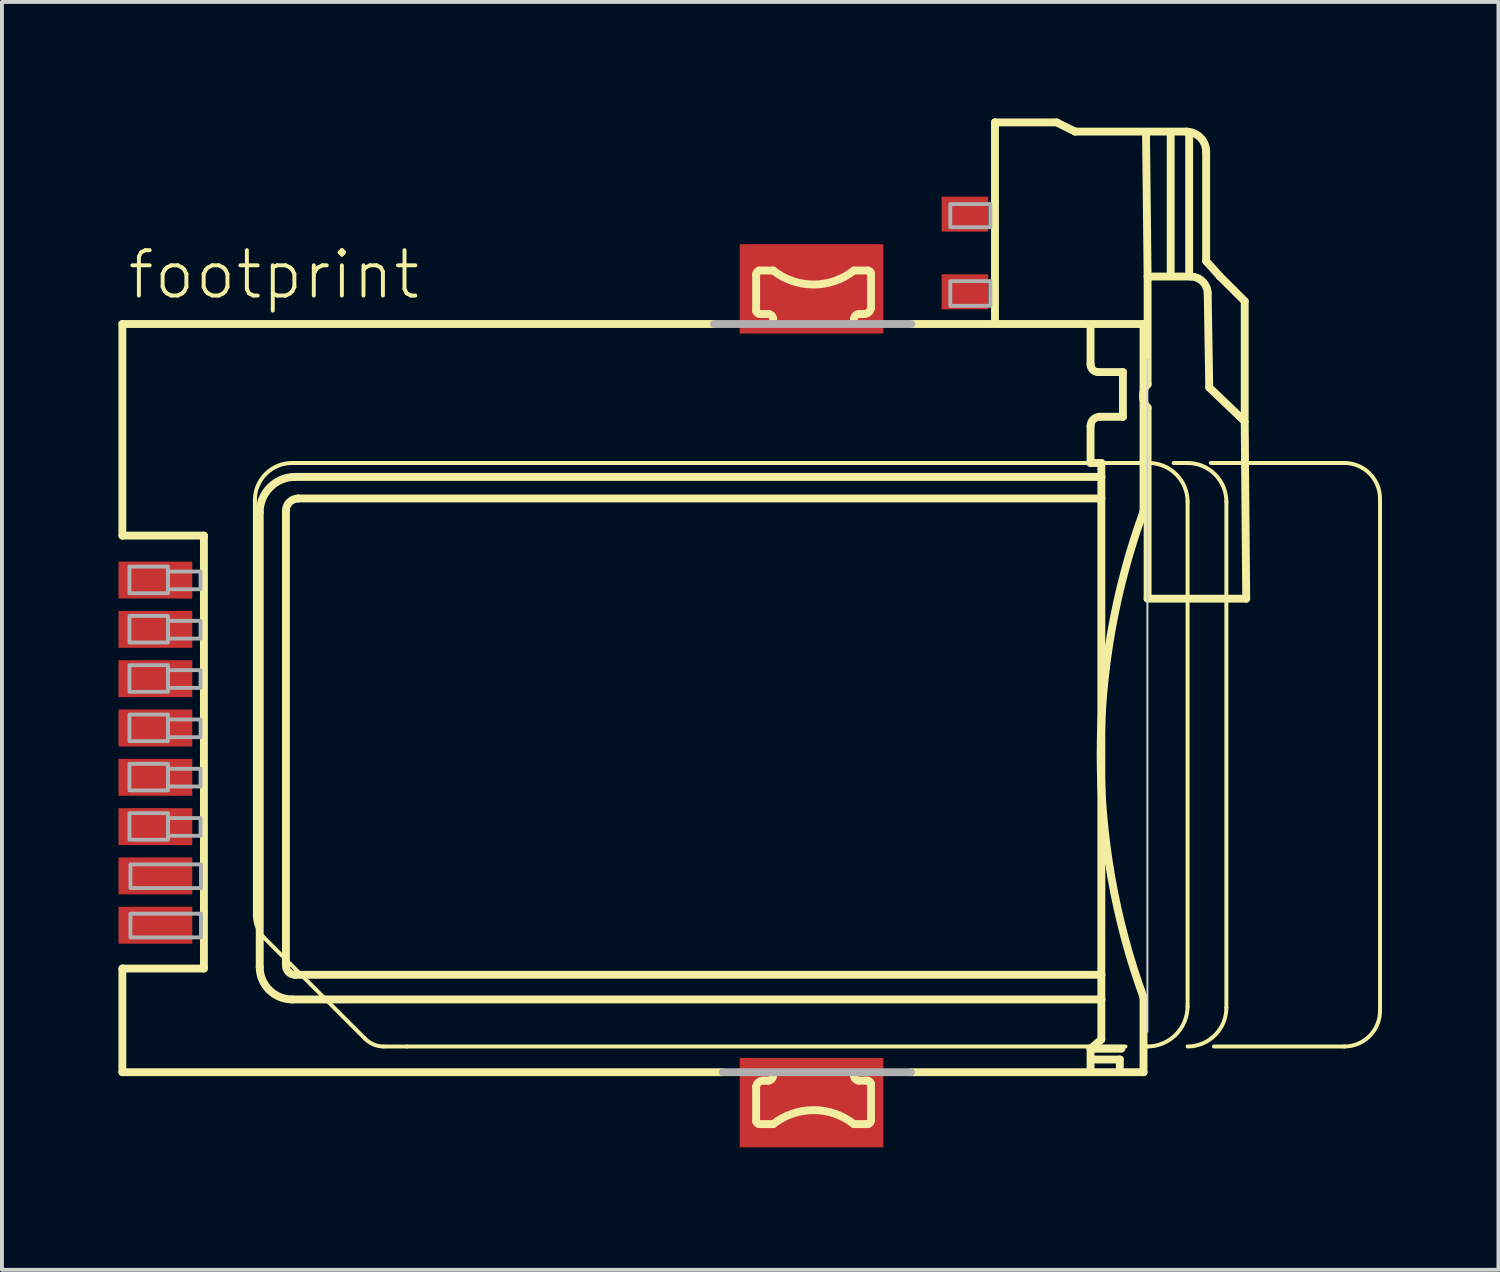
<source format=kicad_pcb>
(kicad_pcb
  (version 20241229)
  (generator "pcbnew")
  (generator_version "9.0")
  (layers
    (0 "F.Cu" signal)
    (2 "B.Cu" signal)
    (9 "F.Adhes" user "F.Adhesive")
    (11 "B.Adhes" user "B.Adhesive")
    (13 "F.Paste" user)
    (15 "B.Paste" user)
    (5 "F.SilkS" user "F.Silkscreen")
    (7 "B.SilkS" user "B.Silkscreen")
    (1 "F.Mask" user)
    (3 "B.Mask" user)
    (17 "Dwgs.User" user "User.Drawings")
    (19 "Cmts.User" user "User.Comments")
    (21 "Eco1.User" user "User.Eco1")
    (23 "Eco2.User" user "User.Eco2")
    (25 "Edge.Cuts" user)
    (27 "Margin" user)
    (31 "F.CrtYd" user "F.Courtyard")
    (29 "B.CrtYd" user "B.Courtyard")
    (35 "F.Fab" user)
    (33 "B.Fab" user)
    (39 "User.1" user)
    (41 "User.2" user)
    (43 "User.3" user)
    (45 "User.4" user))
  (footprint "footprint"
    (layer "F.Cu")
    (at 17.852 14.87)
    (property "Reference" "footprint" (at -17.67 -10.16 0) (layer "F.SilkS") (effects (font (size 1.168 1.168) (thickness 0.102)) (justify left bottom)))
    (fp_poly (pts (xy -1.85 -9.33) (xy 1.85 -9.33) (xy 1.85 -11.63) (xy -1.85 -11.63)) (stroke (width 0) (type solid)) (fill yes) (layer "F.Cu"))
    (fp_poly (pts (xy 1.85 9.33) (xy -1.85 9.33) (xy -1.85 11.63) (xy 1.85 11.63)) (stroke (width 0) (type solid)) (fill yes) (layer "F.Cu"))
    (fp_poly (pts (xy -1.975 -9.175) (xy 1.975 -9.175) (xy 1.975 -11.75) (xy -1.975 -11.75)) (stroke (width 0) (type solid)) (fill yes) (layer "F.Mask"))
    (fp_poly (pts (xy -1.975 11.785) (xy 1.975 11.785) (xy 1.975 9.21) (xy -1.975 9.21)) (stroke (width 0) (type solid)) (fill yes) (layer "F.Mask"))
    (fp_line (start -17.75 -9.575) (end -2.51 -9.575) (stroke (width 0.203) (type solid)) (layer "F.SilkS"))
    (fp_line (start -17.75 -4.125) (end -17.75 -9.575) (stroke (width 0.203) (type solid)) (layer "F.SilkS"))
    (fp_line (start -17.75 7.025) (end -15.65 7.025) (stroke (width 0.203) (type solid)) (layer "F.SilkS"))
    (fp_line (start -17.75 9.695) (end -17.75 7.025) (stroke (width 0.203) (type solid)) (layer "F.SilkS"))
    (fp_line (start -15.65 -4.125) (end -17.75 -4.125) (stroke (width 0.203) (type solid)) (layer "F.SilkS"))
    (fp_line (start -15.65 7.025) (end -15.65 -4.125) (stroke (width 0.203) (type solid)) (layer "F.SilkS"))
    (fp_line (start -14.337 -5.036) (end -14.337 5.636) (stroke (width 0.102) (type solid)) (layer "F.SilkS"))
    (fp_line (start -14.213 -4.724) (end -14.213 6.987) (stroke (width 0.203) (type solid)) (layer "F.SilkS"))
    (fp_line (start -14.097 6.235) (end -11.499 8.833) (stroke (width 0.102) (type solid)) (layer "F.SilkS"))
    (fp_line (start -13.538 6.947) (end -13.538 -4.764) (stroke (width 0.203) (type solid)) (layer "F.SilkS"))
    (fp_line (start -13.379 7.821) (end 7.464 7.821) (stroke (width 0.203) (type solid)) (layer "F.SilkS"))
    (fp_line (start -13.378 -5.995) (end 8.605 -5.995) (stroke (width 0.102) (type solid)) (layer "F.SilkS"))
    (fp_line (start -13.3 -5.637) (end 7.464 -5.637) (stroke (width 0.203) (type solid)) (layer "F.SilkS"))
    (fp_line (start -13.22 -5.082) (end 7.464 -5.082) (stroke (width 0.203) (type solid)) (layer "F.SilkS"))
    (fp_line (start -10.42 9.033) (end 8.086 9.033) (stroke (width 0.102) (type solid)) (layer "F.SilkS"))
    (fp_line (start -2.285 9.695) (end -17.75 9.695) (stroke (width 0.203) (type solid)) (layer "F.SilkS"))
    (fp_line (start -1.427 -9.913) (end -1.427 -10.832) (stroke (width 0.203) (type solid)) (layer "F.SilkS"))
    (fp_line (start -1.427 10.952) (end -1.427 10.072) (stroke (width 0.203) (type solid)) (layer "F.SilkS"))
    (fp_line (start -1.347 -10.952) (end -0.987 -10.952) (stroke (width 0.203) (type solid)) (layer "F.SilkS"))
    (fp_line (start -1.227 9.913) (end -1.107 9.913) (stroke (width 0.203) (type solid)) (layer "F.SilkS"))
    (fp_line (start -1.107 -9.833) (end -1.307 -9.833) (stroke (width 0.203) (type solid)) (layer "F.SilkS"))
    (fp_line (start -0.987 11.032) (end -1.347 11.032) (stroke (width 0.203) (type solid)) (layer "F.SilkS"))
    (fp_line (start 1.091 -10.952) (end 1.451 -10.952) (stroke (width 0.203) (type solid)) (layer "F.SilkS"))
    (fp_line (start 1.211 9.913) (end 1.411 9.913) (stroke (width 0.203) (type solid)) (layer "F.SilkS"))
    (fp_line (start 1.331 -9.833) (end 1.211 -9.833) (stroke (width 0.203) (type solid)) (layer "F.SilkS"))
    (fp_line (start 1.451 11.032) (end 1.091 11.032) (stroke (width 0.203) (type solid)) (layer "F.SilkS"))
    (fp_line (start 1.531 -10.872) (end 1.531 -9.992) (stroke (width 0.203) (type solid)) (layer "F.SilkS"))
    (fp_line (start 1.531 9.993) (end 1.531 10.912) (stroke (width 0.203) (type solid)) (layer "F.SilkS"))
    (fp_line (start 1.97 -5.076) (end 1.771 -5.076) (stroke (width 0.102) (type solid)) (layer "F.SilkS"))
    (fp_line (start 2.57 -9.575) (end 8.55 -9.575) (stroke (width 0.203) (type solid)) (layer "F.SilkS"))
    (fp_line (start 4.724 -14.768) (end 6.312 -14.768) (stroke (width 0.203) (type solid)) (layer "F.SilkS"))
    (fp_line (start 4.724 -9.687) (end 4.724 -14.768) (stroke (width 0.203) (type solid)) (layer "F.SilkS"))
    (fp_line (start 6.312 -14.768) (end 6.789 -14.53) (stroke (width 0.203) (type solid)) (layer "F.SilkS"))
    (fp_line (start 6.789 -14.53) (end 9.647 -14.53) (stroke (width 0.203) (type solid)) (layer "F.SilkS"))
    (fp_line (start 7.186 -8.536) (end 7.186 -9.488) (stroke (width 0.203) (type solid)) (layer "F.SilkS"))
    (fp_line (start 7.186 -5.995) (end 7.186 -6.947) (stroke (width 0.203) (type solid)) (layer "F.SilkS"))
    (fp_line (start 7.186 9.091) (end 7.186 9.647) (stroke (width 0.203) (type solid)) (layer "F.SilkS"))
    (fp_line (start 7.186 9.091) (end 7.98 9.091) (stroke (width 0.203) (type solid)) (layer "F.SilkS"))
    (fp_line (start 7.225 9.369) (end 7.94 9.369) (stroke (width 0.203) (type solid)) (layer "F.SilkS"))
    (fp_line (start 7.424 -7.186) (end 8.019 -7.186) (stroke (width 0.203) (type solid)) (layer "F.SilkS"))
    (fp_line (start 7.464 -5.995) (end 7.186 -5.995) (stroke (width 0.203) (type solid)) (layer "F.SilkS"))
    (fp_line (start 7.464 -5.637) (end 7.464 -5.995) (stroke (width 0.203) (type solid)) (layer "F.SilkS"))
    (fp_line (start 7.464 -5.637) (end 7.464 -5.082) (stroke (width 0.203) (type solid)) (layer "F.SilkS"))
    (fp_line (start 7.464 -5.082) (end 7.464 7.186) (stroke (width 0.203) (type solid)) (layer "F.SilkS"))
    (fp_line (start 7.464 7.186) (end -13.3 7.186) (stroke (width 0.203) (type solid)) (layer "F.SilkS"))
    (fp_line (start 7.464 7.821) (end 7.464 7.186) (stroke (width 0.203) (type solid)) (layer "F.SilkS"))
    (fp_line (start 7.464 7.821) (end 7.464 8.853) (stroke (width 0.203) (type solid)) (layer "F.SilkS"))
    (fp_line (start 7.464 8.853) (end 7.186 9.091) (stroke (width 0.203) (type solid)) (layer "F.SilkS"))
    (fp_line (start 7.94 9.369) (end 7.94 9.568) (stroke (width 0.203) (type solid)) (layer "F.SilkS"))
    (fp_line (start 8.019 -8.337) (end 7.384 -8.337) (stroke (width 0.203) (type solid)) (layer "F.SilkS"))
    (fp_line (start 8.019 -7.186) (end 8.019 -8.337) (stroke (width 0.203) (type solid)) (layer "F.SilkS"))
    (fp_line (start 8.55 9.695) (end 2.57 9.695) (stroke (width 0.203) (type solid)) (layer "F.SilkS"))
    (fp_line (start 8.55 -9.575) (end 8.55 -4.746) (stroke (width 0.203) (type solid)) (layer "F.SilkS"))
    (fp_line (start 8.55 7.769) (end 8.55 9.695) (stroke (width 0.203) (type solid)) (layer "F.SilkS"))
    (fp_line (start 8.615 -14.411) (end 8.655 -10.838) (stroke (width 0.203) (type solid)) (layer "F.SilkS"))
    (fp_line (start 8.646 9.033) (end 8.605 9.033) (stroke (width 0.102) (type solid)) (layer "F.SilkS"))
    (fp_line (start 8.655 -10.798) (end 8.655 -8.019) (stroke (width 0.203) (type solid)) (layer "F.SilkS"))
    (fp_line (start 8.655 -7.424) (end 8.655 -2.501) (stroke (width 0.203) (type solid)) (layer "F.SilkS"))
    (fp_line (start 8.655 -2.501) (end 11.195 -2.501) (stroke (width 0.203) (type solid)) (layer "F.SilkS"))
    (fp_line (start 9.25 -10.918) (end 9.25 -14.411) (stroke (width 0.203) (type solid)) (layer "F.SilkS"))
    (fp_line (start 9.685 -5.995) (end 9.325 -5.995) (stroke (width 0.102) (type solid)) (layer "F.SilkS"))
    (fp_line (start 9.685 -4.996) (end 9.685 7.994) (stroke (width 0.102) (type solid)) (layer "F.SilkS"))
    (fp_line (start 9.726 -14.411) (end 9.726 -10.918) (stroke (width 0.203) (type solid)) (layer "F.SilkS"))
    (fp_line (start 9.766 -10.798) (end 8.655 -10.798) (stroke (width 0.203) (type solid)) (layer "F.SilkS"))
    (fp_line (start 10.163 -14.014) (end 10.163 -11.195) (stroke (width 0.203) (type solid)) (layer "F.SilkS"))
    (fp_line (start 10.163 -11.195) (end 10.521 -10.798) (stroke (width 0.203) (type solid)) (layer "F.SilkS"))
    (fp_line (start 10.243 -7.94) (end 10.203 -10.362) (stroke (width 0.203) (type solid)) (layer "F.SilkS"))
    (fp_line (start 10.284 -5.995) (end 13.722 -5.995) (stroke (width 0.102) (type solid)) (layer "F.SilkS"))
    (fp_line (start 10.521 -10.798) (end 11.156 -10.163) (stroke (width 0.203) (type solid)) (layer "F.SilkS"))
    (fp_line (start 10.684 8.034) (end 10.684 -4.996) (stroke (width 0.102) (type solid)) (layer "F.SilkS"))
    (fp_line (start 11.156 -10.163) (end 11.156 -7.146) (stroke (width 0.203) (type solid)) (layer "F.SilkS"))
    (fp_line (start 11.156 -7.067) (end 10.243 -7.94) (stroke (width 0.203) (type solid)) (layer "F.SilkS"))
    (fp_line (start 11.195 -2.501) (end 11.156 -7.067) (stroke (width 0.203) (type solid)) (layer "F.SilkS"))
    (fp_line (start 13.722 9.033) (end 10.364 9.033) (stroke (width 0.102) (type solid)) (layer "F.SilkS"))
    (fp_line (start 14.641 -5.076) (end 14.641 8.114) (stroke (width 0.102) (type solid)) (layer "F.SilkS"))
    (fp_arc (start -14.3373 -5.0362) (mid -14.056328 -5.714528) (end -13.378 -5.9955) (stroke (width 0.1016) (type solid)) (layer "F.SilkS"))
    (fp_arc (start -14.2126 -4.7243) (mid -13.945159 -5.369959) (end -13.2995 -5.6374) (stroke (width 0.2032) (type solid)) (layer "F.SilkS"))
    (fp_arc (start -14.0974 6.235301) (mid -14.275107 5.958663) (end -14.3373 5.6358) (stroke (width 0.1016) (type solid)) (layer "F.SilkS"))
    (fp_arc (start -13.5377 -4.764) (mid -13.444677 -4.988577) (end -13.2201 -5.0816) (stroke (width 0.2032) (type solid)) (layer "F.SilkS"))
    (fp_arc (start -13.3789 7.8209) (mid -13.968415 7.576715) (end -14.2126 6.9872) (stroke (width 0.2032) (type solid)) (layer "F.SilkS"))
    (fp_arc (start -13.2995 7.1857) (mid -13.467933 7.115933) (end -13.5377 6.9475) (stroke (width 0.2032) (type solid)) (layer "F.SilkS"))
    (fp_arc (start -11.019699 9.0332) (mid -11.279318 8.980763) (end -11.4994 8.8334) (stroke (width 0.1016) (type solid)) (layer "F.SilkS"))
    (fp_arc (start -10.4202 9.0332) (mid -10.71995 9.033793) (end -11.0197 9.0332) (stroke (width 0.1016) (type solid)) (layer "F.SilkS"))
    (fp_arc (start -1.427 10.0725) (mid -1.360196 9.95122) (end -1.2272 9.9127) (stroke (width 0.2032) (type solid)) (layer "F.SilkS"))
    (fp_arc (start -1.4269 -10.8318) (mid -1.411782 -10.908298) (end -1.347 -10.9517) (stroke (width 0.2032) (type solid)) (layer "F.SilkS"))
    (fp_arc (start -1.3471 11.0318) (mid -1.403598 11.008398) (end -1.427 10.9519) (stroke (width 0.2032) (type solid)) (layer "F.SilkS"))
    (fp_arc (start -1.3071 -9.8327) (mid -1.383598 -9.847818) (end -1.427 -9.9126) (stroke (width 0.2032) (type solid)) (layer "F.SilkS"))
    (fp_arc (start -1.1072 -9.8326) (mid -1.014163 -9.77746) (end -0.9873 -9.6727) (stroke (width 0.2032) (type solid)) (layer "F.SilkS"))
    (fp_arc (start -0.987399 11.031799) (mid 0.051851 10.67213) (end 1.0911 11.0318) (stroke (width 0.2032) (type solid)) (layer "F.SilkS"))
    (fp_arc (start -0.987398 9.7528) (mid -1.014238 9.857544) (end -1.1073 9.9126) (stroke (width 0.2032) (type solid)) (layer "F.SilkS"))
    (fp_arc (start 1.091198 -9.6728) (mid 1.118038 -9.777544) (end 1.2111 -9.8326) (stroke (width 0.2032) (type solid)) (layer "F.SilkS"))
    (fp_arc (start 1.091199 -10.951799) (mid 0.051949 -10.59213) (end -0.9873 -10.9518) (stroke (width 0.2032) (type solid)) (layer "F.SilkS"))
    (fp_arc (start 1.211 9.9126) (mid 1.117963 9.85746) (end 1.0911 9.7527) (stroke (width 0.2032) (type solid)) (layer "F.SilkS"))
    (fp_arc (start 1.4109 9.9127) (mid 1.487398 9.927818) (end 1.5308 9.9926) (stroke (width 0.2032) (type solid)) (layer "F.SilkS"))
    (fp_arc (start 1.4509 -10.9518) (mid 1.507398 -10.928398) (end 1.5308 -10.8719) (stroke (width 0.2032) (type solid)) (layer "F.SilkS"))
    (fp_arc (start 1.5307 10.9118) (mid 1.515582 10.988298) (end 1.4508 11.0317) (stroke (width 0.2032) (type solid)) (layer "F.SilkS"))
    (fp_arc (start 1.5308 -9.9925) (mid 1.463996 -9.87122) (end 1.331 -9.8327) (stroke (width 0.2032) (type solid)) (layer "F.SilkS"))
    (fp_arc (start 7.1857 -6.9475) (mid 7.255467 -7.115933) (end 7.4239 -7.1857) (stroke (width 0.2032) (type solid)) (layer "F.SilkS"))
    (fp_arc (start 7.3842 -8.337) (mid 7.243839 -8.395139) (end 7.1857 -8.5355) (stroke (width 0.2032) (type solid)) (layer "F.SilkS"))
    (fp_arc (start 8.55 7.768799) (mid 7.445616 1.5114) (end 8.55 -4.746) (stroke (width 0.2032) (type solid)) (layer "F.SilkS"))
    (fp_arc (start 8.6546 -7.4239) (mid 8.535019 -7.72165) (end 8.6546 -8.0194) (stroke (width 0.2032) (type solid)) (layer "F.SilkS"))
    (fp_arc (start 8.6855 -5.9955) (mid 9.392041 -5.702841) (end 9.6847 -4.9963) (stroke (width 0.1016) (type solid)) (layer "F.SilkS"))
    (fp_arc (start 9.6471 -14.5302) (mid 10.012038 -14.379038) (end 10.1632 -14.0141) (stroke (width 0.2032) (type solid)) (layer "F.SilkS"))
    (fp_arc (start 9.6847 -5.9955) (mid 10.391312 -5.702812) (end 10.684 -4.9962) (stroke (width 0.1016) (type solid)) (layer "F.SilkS"))
    (fp_arc (start 9.6847 7.994) (mid 9.380325 8.728825) (end 8.6455 9.0332) (stroke (width 0.1016) (type solid)) (layer "F.SilkS"))
    (fp_arc (start 9.766198 -10.7984) (mid 10.072897 -10.668398) (end 10.2029 -10.3617) (stroke (width 0.2032) (type solid)) (layer "F.SilkS"))
    (fp_arc (start 10.684 8.0339) (mid 10.391312 8.740512) (end 9.6847 9.0332) (stroke (width 0.1016) (type solid)) (layer "F.SilkS"))
    (fp_arc (start 13.7217 -5.9955) (mid 14.371743 -5.726243) (end 14.641 -5.0762) (stroke (width 0.1016) (type solid)) (layer "F.SilkS"))
    (fp_arc (start 14.641 8.1139) (mid 14.371743 8.763943) (end 13.7217 9.0332) (stroke (width 0.1016) (type solid)) (layer "F.SilkS"))
    (fp_poly (pts (xy -1.725 -9.45) (xy 1.725 -9.45) (xy 1.725 -11.5) (xy -1.725 -11.5)) (stroke (width 0) (type solid)) (fill yes) (layer "F.Paste"))
    (fp_poly (pts (xy -1.725 11.51) (xy 1.725 11.51) (xy 1.725 9.46) (xy -1.725 9.46)) (stroke (width 0) (type solid)) (fill yes) (layer "F.Paste"))
    (fp_line (start 8.65 -8.65) (end 8.65 8.65) (stroke (width 0.05) (type solid)) (layer "Edge.Cuts"))
    (fp_line (start -2.51 -9.575) (end 2.57 -9.575) (stroke (width 0.203) (type solid)) (layer "F.Fab"))
    (fp_line (start 2.56 9.695) (end -2.285 9.695) (stroke (width 0.203) (type solid)) (layer "F.Fab"))
    (fp_poly (pts (xy -17.568 -2.642) (xy -16.576 -2.642) (xy -16.576 -3.327) (xy -17.568 -3.327)) (stroke (width 0.1) (type solid)) (fill no) (layer "F.Fab"))
    (fp_poly (pts (xy -17.568 -1.372) (xy -16.576 -1.372) (xy -16.576 -2.057) (xy -17.568 -2.057)) (stroke (width 0.1) (type solid)) (fill no) (layer "F.Fab"))
    (fp_poly (pts (xy -17.568 -0.102) (xy -16.576 -0.102) (xy -16.576 -0.787) (xy -17.568 -0.787)) (stroke (width 0.1) (type solid)) (fill no) (layer "F.Fab"))
    (fp_poly (pts (xy -17.568 1.168) (xy -16.576 1.168) (xy -16.576 0.483) (xy -17.568 0.483)) (stroke (width 0.1) (type solid)) (fill no) (layer "F.Fab"))
    (fp_poly (pts (xy -17.568 2.438) (xy -16.576 2.438) (xy -16.576 1.753) (xy -17.568 1.753)) (stroke (width 0.1) (type solid)) (fill no) (layer "F.Fab"))
    (fp_poly (pts (xy -17.568 3.708) (xy -16.576 3.708) (xy -16.576 3.023) (xy -17.568 3.023)) (stroke (width 0.1) (type solid)) (fill no) (layer "F.Fab"))
    (fp_poly (pts (xy -17.543 4.953) (xy -15.725 4.953) (xy -15.725 4.343) (xy -17.543 4.343)) (stroke (width 0.1) (type solid)) (fill no) (layer "F.Fab"))
    (fp_poly (pts (xy -17.543 6.223) (xy -15.725 6.223) (xy -15.725 5.613) (xy -17.543 5.613)) (stroke (width 0.1) (type solid)) (fill no) (layer "F.Fab"))
    (fp_poly (pts (xy -16.576 -2.743) (xy -15.736 -2.743) (xy -15.736 -3.2) (xy -16.576 -3.2)) (stroke (width 0.1) (type solid)) (fill no) (layer "F.Fab"))
    (fp_poly (pts (xy -16.576 -1.473) (xy -15.736 -1.473) (xy -15.736 -1.93) (xy -16.576 -1.93)) (stroke (width 0.1) (type solid)) (fill no) (layer "F.Fab"))
    (fp_poly (pts (xy -16.576 -0.203) (xy -15.736 -0.203) (xy -15.736 -0.66) (xy -16.576 -0.66)) (stroke (width 0.1) (type solid)) (fill no) (layer "F.Fab"))
    (fp_poly (pts (xy -16.576 1.067) (xy -15.736 1.067) (xy -15.736 0.61) (xy -16.576 0.61)) (stroke (width 0.1) (type solid)) (fill no) (layer "F.Fab"))
    (fp_poly (pts (xy -16.576 2.337) (xy -15.736 2.337) (xy -15.736 1.88) (xy -16.576 1.88)) (stroke (width 0.1) (type solid)) (fill no) (layer "F.Fab"))
    (fp_poly (pts (xy -16.576 3.607) (xy -15.736 3.607) (xy -15.736 3.15) (xy -16.576 3.15)) (stroke (width 0.1) (type solid)) (fill no) (layer "F.Fab"))
    (fp_poly (pts (xy 3.573 -12.069) (xy 4.605 -12.069) (xy 4.605 -12.664) (xy 3.573 -12.664)) (stroke (width 0.1) (type solid)) (fill no) (layer "F.Fab"))
    (fp_poly (pts (xy 3.573 -10.044) (xy 4.605 -10.044) (xy 4.605 -10.679) (xy 3.573 -10.679)) (stroke (width 0.1) (type solid)) (fill no) (layer "F.Fab"))
    (pad "C/D@1" smd rect (at -16.9 4.64) (size 1.9 0.95) (layers "F.Cu" "F.Mask" "F.Paste"))
    (pad "C/D@2" smd rect (at -16.9 5.91) (size 1.9 0.95) (layers "F.Cu" "F.Mask" "F.Paste"))
    (pad "C1" smd rect (at -16.9 -2.98) (size 1.9 0.95) (layers "F.Cu" "F.Mask" "F.Paste"))
    (pad "C2" smd rect (at -16.9 -0.44) (size 1.9 0.95) (layers "F.Cu" "F.Mask" "F.Paste"))
    (pad "C3" smd rect (at -16.9 2.1) (size 1.9 0.95) (layers "F.Cu" "F.Mask" "F.Paste"))
    (pad "C5" smd rect (at -16.9 -1.71) (size 1.9 0.95) (layers "F.Cu" "F.Mask" "F.Paste"))
    (pad "C6" smd rect (at -16.9 0.83) (size 1.9 0.95) (layers "F.Cu" "F.Mask" "F.Paste"))
    (pad "C7" smd rect (at -16.9 3.37) (size 1.9 0.95) (layers "F.Cu" "F.Mask" "F.Paste"))
    (pad "SW@1" smd rect (at 3.95 -12.405) (size 1.2 0.9) (layers "F.Cu" "F.Mask" "F.Paste"))
    (pad "SW@2" smd rect (at 3.95 -10.405) (size 1.2 0.9) (layers "F.Cu" "F.Mask" "F.Paste"))
    (zone (net_name "") (layer "F.Cu") (hatch edge 0.508) (connect_pads) (min_thickness 0.254) (filled_areas_thickness no) (keepout (tracks not_allowed) (vias not_allowed) (pads not_allowed) (copperpour not_allowed) (footprints allowed)) (placement (enabled no)) (fill) (polygon (pts (xy 15.352 19.33) (xy 17.052 19.33) (xy 17.052 11.85) (xy 15.352 11.85))))
    (zone (net_name "") (layer "F.Cu") (hatch edge 0.508) (connect_pads) (min_thickness 0.254) (filled_areas_thickness no) (keepout (tracks not_allowed) (vias not_allowed) (pads not_allowed) (copperpour not_allowed) (footprints allowed)) (placement (enabled no)) (fill) (polygon (pts (xy 22.852 18.28) (xy 24.552 18.28) (xy 24.552 10.8) (xy 22.852 10.8)))))
  (gr_rect
    (start -3 -3)
    (end 35.543 29.655)
    (stroke (width 0.1) (type default))
    (fill no)
    (layer "Edge.Cuts")))
</source>
